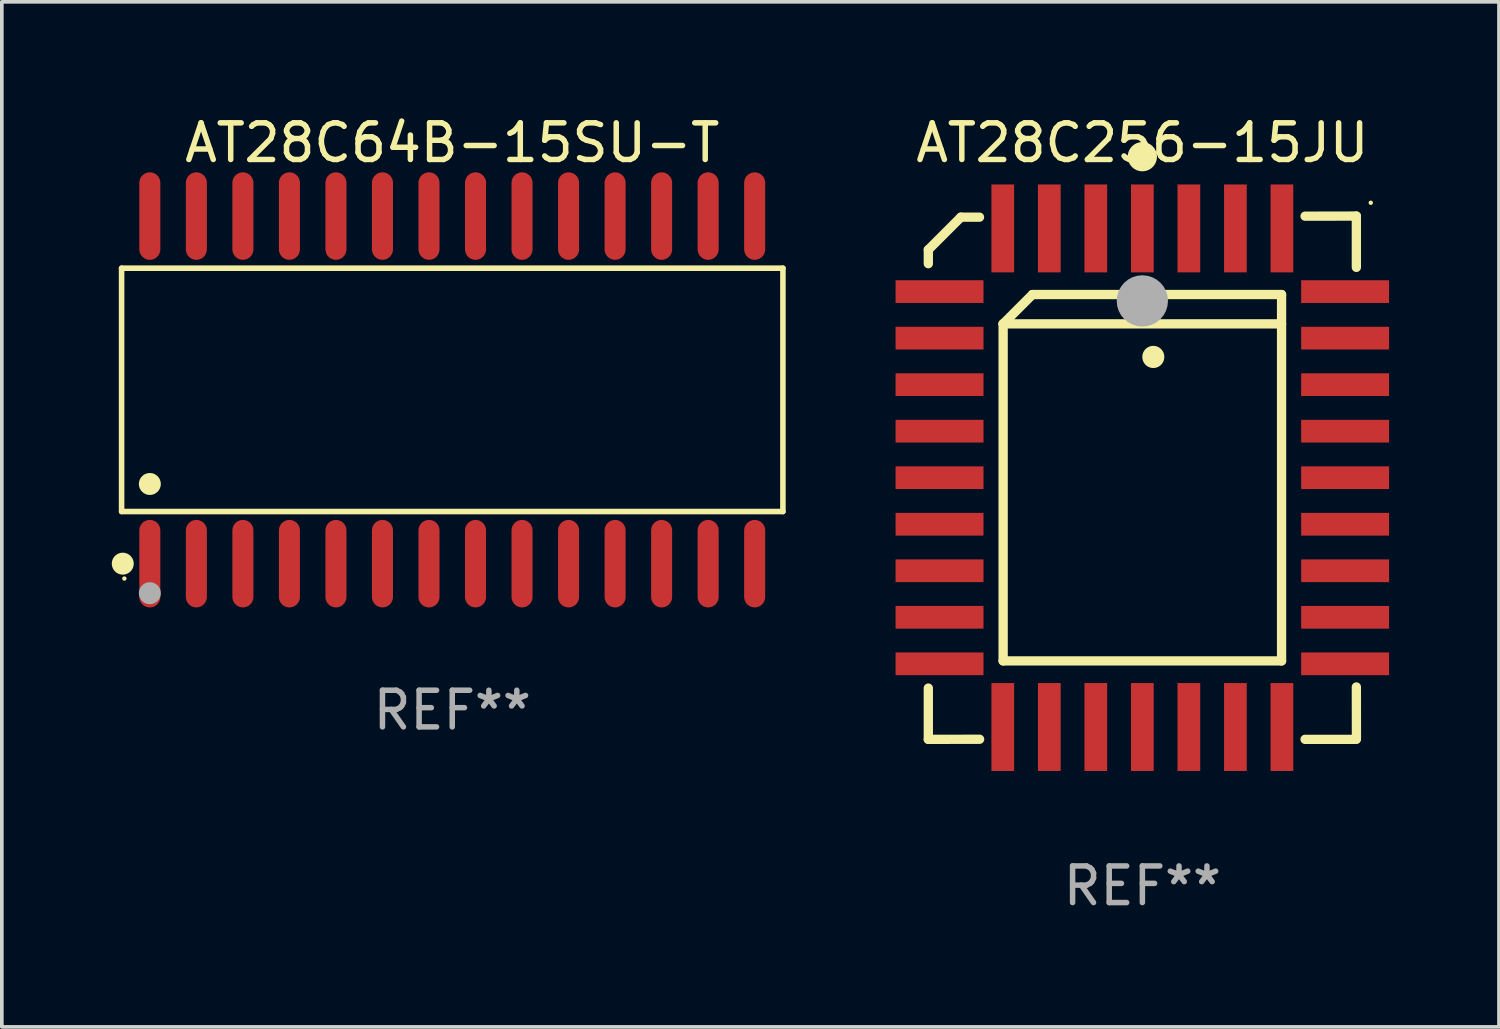
<source format=kicad_pcb>
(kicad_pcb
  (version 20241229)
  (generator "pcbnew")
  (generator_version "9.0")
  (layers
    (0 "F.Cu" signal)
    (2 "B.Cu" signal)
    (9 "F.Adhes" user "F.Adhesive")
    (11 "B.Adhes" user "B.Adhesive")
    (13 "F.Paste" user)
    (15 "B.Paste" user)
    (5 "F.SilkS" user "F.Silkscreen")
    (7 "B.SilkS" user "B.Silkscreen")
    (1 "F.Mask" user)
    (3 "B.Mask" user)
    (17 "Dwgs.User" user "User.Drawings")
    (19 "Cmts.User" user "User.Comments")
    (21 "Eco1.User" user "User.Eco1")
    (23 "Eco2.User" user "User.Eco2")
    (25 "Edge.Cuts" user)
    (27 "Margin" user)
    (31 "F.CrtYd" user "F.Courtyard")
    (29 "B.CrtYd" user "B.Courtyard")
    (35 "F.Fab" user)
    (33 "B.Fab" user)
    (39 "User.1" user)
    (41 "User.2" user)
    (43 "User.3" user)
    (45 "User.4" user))
  (footprint "AT28C64B-15SU-T"
    (layer "F.Cu")
    (at 9.295 7.592)
    (property "Reference" "AT28C64B-15SU-T" (at 0 -6.744 0) (layer "F.SilkS") (effects (font (size 1 1) (thickness 0.15))))
    (attr through_hole)
    (fp_line (start -9.026 -3.321) (end 9.026 -3.321) (stroke (width 0.152) (type solid)) (layer "F.SilkS"))
    (fp_line (start -9.026 3.321) (end -9.026 -3.321) (stroke (width 0.152) (type solid)) (layer "F.SilkS"))
    (fp_line (start 9.026 -3.321) (end 9.026 3.321) (stroke (width 0.152) (type solid)) (layer "F.SilkS"))
    (fp_line (start 9.026 3.321) (end -9.026 3.321) (stroke (width 0.152) (type solid)) (layer "F.SilkS"))
    (fp_circle (center -8.994 4.744) (end -8.844 4.744) (stroke (width 0.3) (type solid)) (fill no) (layer "F.SilkS"))
    (fp_circle (center -8.95 5.15) (end -8.92 5.15) (stroke (width 0.06) (type solid)) (fill no) (layer "F.SilkS"))
    (fp_circle (center -8.255 2.569) (end -8.105 2.569) (stroke (width 0.3) (type solid)) (fill no) (layer "F.SilkS"))
    (fp_circle (center -8.255 5.55) (end -8.105 5.55) (stroke (width 0.3) (type solid)) (fill no) (layer "F.Fab"))
    (fp_text user "REF**" (at 0 8.744 0) (layer "F.Fab") (effects (font (size 1 1) (thickness 0.15))))
    (pad "1" smd oval (at -8.255 4.744) (size 0.574 2.388) (layers "F.Cu" "F.Mask" "F.Paste"))
    (pad "2" smd oval (at -6.985 4.744) (size 0.574 2.388) (layers "F.Cu" "F.Mask" "F.Paste"))
    (pad "3" smd oval (at -5.715 4.744) (size 0.574 2.388) (layers "F.Cu" "F.Mask" "F.Paste"))
    (pad "4" smd oval (at -4.445 4.744) (size 0.574 2.388) (layers "F.Cu" "F.Mask" "F.Paste"))
    (pad "5" smd oval (at -3.175 4.744) (size 0.574 2.388) (layers "F.Cu" "F.Mask" "F.Paste"))
    (pad "6" smd oval (at -1.905 4.744) (size 0.574 2.388) (layers "F.Cu" "F.Mask" "F.Paste"))
    (pad "7" smd oval (at -0.635 4.744) (size 0.574 2.388) (layers "F.Cu" "F.Mask" "F.Paste"))
    (pad "8" smd oval (at 0.635 4.744) (size 0.574 2.388) (layers "F.Cu" "F.Mask" "F.Paste"))
    (pad "9" smd oval (at 1.905 4.744) (size 0.574 2.388) (layers "F.Cu" "F.Mask" "F.Paste"))
    (pad "10" smd oval (at 3.175 4.744) (size 0.574 2.388) (layers "F.Cu" "F.Mask" "F.Paste"))
    (pad "11" smd oval (at 4.445 4.744) (size 0.574 2.388) (layers "F.Cu" "F.Mask" "F.Paste"))
    (pad "12" smd oval (at 5.715 4.744) (size 0.574 2.388) (layers "F.Cu" "F.Mask" "F.Paste"))
    (pad "13" smd oval (at 6.985 4.744) (size 0.574 2.388) (layers "F.Cu" "F.Mask" "F.Paste"))
    (pad "14" smd oval (at 8.255 4.744) (size 0.574 2.388) (layers "F.Cu" "F.Mask" "F.Paste"))
    (pad "15" smd oval (at 8.255 -4.744) (size 0.574 2.388) (layers "F.Cu" "F.Mask" "F.Paste"))
    (pad "16" smd oval (at 6.985 -4.744) (size 0.574 2.388) (layers "F.Cu" "F.Mask" "F.Paste"))
    (pad "17" smd oval (at 5.715 -4.744) (size 0.574 2.388) (layers "F.Cu" "F.Mask" "F.Paste"))
    (pad "18" smd oval (at 4.445 -4.744) (size 0.574 2.388) (layers "F.Cu" "F.Mask" "F.Paste"))
    (pad "19" smd oval (at 3.175 -4.744) (size 0.574 2.388) (layers "F.Cu" "F.Mask" "F.Paste"))
    (pad "20" smd oval (at 1.905 -4.744) (size 0.574 2.388) (layers "F.Cu" "F.Mask" "F.Paste"))
    (pad "21" smd oval (at 0.635 -4.744) (size 0.574 2.388) (layers "F.Cu" "F.Mask" "F.Paste"))
    (pad "22" smd oval (at -0.635 -4.744) (size 0.574 2.388) (layers "F.Cu" "F.Mask" "F.Paste"))
    (pad "23" smd oval (at -1.905 -4.744) (size 0.574 2.388) (layers "F.Cu" "F.Mask" "F.Paste"))
    (pad "24" smd oval (at -3.175 -4.744) (size 0.574 2.388) (layers "F.Cu" "F.Mask" "F.Paste"))
    (pad "25" smd oval (at -4.445 -4.744) (size 0.574 2.388) (layers "F.Cu" "F.Mask" "F.Paste"))
    (pad "26" smd oval (at -5.715 -4.744) (size 0.574 2.388) (layers "F.Cu" "F.Mask" "F.Paste"))
    (pad "27" smd oval (at -6.985 -4.744) (size 0.574 2.388) (layers "F.Cu" "F.Mask" "F.Paste"))
    (pad "28" smd oval (at -8.255 -4.744) (size 0.574 2.388) (layers "F.Cu" "F.Mask" "F.Paste")))
  (footprint "AT28C256-15JU"
    (layer "F.Cu")
    (at 28.133 9.99)
    (property "Reference" "AT28C256-15JU" (at 0 -9.142 0) (layer "F.SilkS") (effects (font (size 1 1) (thickness 0.15))))
    (attr through_hole)
    (fp_line (start -5.843 5.742) (end -5.843 7.142) (stroke (width 0.254) (type solid)) (layer "F.SilkS"))
    (fp_line (start -5.843 7.142) (end -4.443 7.139) (stroke (width 0.254) (type solid)) (layer "F.SilkS"))
    (fp_line (start -5.843 -6.223) (end -4.954 -7.112) (stroke (width 0.254) (type solid)) (layer "F.SilkS"))
    (fp_line (start -5.843 -5.842) (end -5.843 -6.223) (stroke (width 0.254) (type solid)) (layer "F.SilkS"))
    (fp_line (start -4.954 -7.112) (end -4.446 -7.112) (stroke (width 0.254) (type solid)) (layer "F.SilkS"))
    (fp_line (start -3.801 -4.2) (end -3.001 -5) (stroke (width 0.254) (type solid)) (layer "F.SilkS"))
    (fp_line (start -3.801 -4.2) (end 3.799 -4.2) (stroke (width 0.254) (type solid)) (layer "F.SilkS"))
    (fp_line (start -3.801 5) (end -3.801 -4.2) (stroke (width 0.254) (type solid)) (layer "F.SilkS"))
    (fp_line (start -3.001 -5) (end 3.799 -5) (stroke (width 0.254) (type solid)) (layer "F.SilkS"))
    (fp_line (start 3.799 -5) (end 3.799 5) (stroke (width 0.254) (type solid)) (layer "F.SilkS"))
    (fp_line (start 3.799 5) (end -3.801 5) (stroke (width 0.254) (type solid)) (layer "F.SilkS"))
    (fp_line (start 4.441 7.142) (end 5.841 7.142) (stroke (width 0.254) (type solid)) (layer "F.SilkS"))
    (fp_line (start 5.841 -7.142) (end 4.441 -7.139) (stroke (width 0.254) (type solid)) (layer "F.SilkS"))
    (fp_line (start 5.841 -5.742) (end 5.841 -7.142) (stroke (width 0.254) (type solid)) (layer "F.SilkS"))
    (fp_line (start 5.843 7.112) (end 5.841 5.712) (stroke (width 0.254) (type solid)) (layer "F.SilkS"))
    (fp_arc (start 0.298285 -3.294387) (mid 0.298274 -3.296927) (end 0.298285 -3.299467) (stroke (width 0.6) (type solid)) (layer "F.SilkS"))
    (fp_circle (center -0.001 -8.763) (end 0.199 -8.763) (stroke (width 0.4) (type solid)) (fill no) (layer "F.SilkS"))
    (fp_circle (center 6.234 -7.505) (end 6.264 -7.505) (stroke (width 0.06) (type solid)) (fill no) (layer "F.SilkS"))
    (fp_circle (center -0.001 -4.826) (end 0.349 -4.826) (stroke (width 0.7) (type solid)) (fill no) (layer "F.Fab"))
    (fp_text user "REF**" (at 0 11.142 0) (layer "F.Fab") (effects (font (size 1 1) (thickness 0.15))))
    (pad "1" smd rect (at -0.001 -6.805 180) (size 0.62 2.4) (layers "F.Cu" "F.Mask" "F.Paste"))
    (pad "2" smd rect (at -1.271 -6.805 180) (size 0.62 2.4) (layers "F.Cu" "F.Mask" "F.Paste"))
    (pad "3" smd rect (at -2.541 -6.805 180) (size 0.62 2.4) (layers "F.Cu" "F.Mask" "F.Paste"))
    (pad "4" smd rect (at -3.811 -6.805 180) (size 0.62 2.4) (layers "F.Cu" "F.Mask" "F.Paste"))
    (pad "5" smd rect (at -5.537 -5.08 270) (size 0.62 2.4) (layers "F.Cu" "F.Mask" "F.Paste"))
    (pad "6" smd rect (at -5.537 -3.81 270) (size 0.62 2.4) (layers "F.Cu" "F.Mask" "F.Paste"))
    (pad "7" smd rect (at -5.537 -2.54 270) (size 0.62 2.4) (layers "F.Cu" "F.Mask" "F.Paste"))
    (pad "8" smd rect (at -5.537 -1.27 270) (size 0.62 2.4) (layers "F.Cu" "F.Mask" "F.Paste"))
    (pad "9" smd rect (at -5.537 0.000127 270) (size 0.62 2.4) (layers "F.Cu" "F.Mask" "F.Paste"))
    (pad "10" smd rect (at -5.537 1.27 270) (size 0.62 2.4) (layers "F.Cu" "F.Mask" "F.Paste"))
    (pad "11" smd rect (at -5.537 2.54 270) (size 0.62 2.4) (layers "F.Cu" "F.Mask" "F.Paste"))
    (pad "12" smd rect (at -5.537 3.81 270) (size 0.62 2.4) (layers "F.Cu" "F.Mask" "F.Paste"))
    (pad "13" smd rect (at -5.537 5.08 270) (size 0.62 2.4) (layers "F.Cu" "F.Mask" "F.Paste"))
    (pad "14" smd rect (at -3.811 6.805) (size 0.62 2.4) (layers "F.Cu" "F.Mask" "F.Paste"))
    (pad "15" smd rect (at -2.541 6.805) (size 0.62 2.4) (layers "F.Cu" "F.Mask" "F.Paste"))
    (pad "16" smd rect (at -1.271 6.805) (size 0.62 2.4) (layers "F.Cu" "F.Mask" "F.Paste"))
    (pad "17" smd rect (at -0.001 6.805) (size 0.62 2.4) (layers "F.Cu" "F.Mask" "F.Paste"))
    (pad "18" smd rect (at 1.269 6.805) (size 0.62 2.4) (layers "F.Cu" "F.Mask" "F.Paste"))
    (pad "19" smd rect (at 2.539 6.805) (size 0.62 2.4) (layers "F.Cu" "F.Mask" "F.Paste"))
    (pad "20" smd rect (at 3.809 6.805) (size 0.62 2.4) (layers "F.Cu" "F.Mask" "F.Paste"))
    (pad "21" smd rect (at 5.534 5.08 90) (size 0.62 2.4) (layers "F.Cu" "F.Mask" "F.Paste"))
    (pad "22" smd rect (at 5.534 3.81 90) (size 0.62 2.4) (layers "F.Cu" "F.Mask" "F.Paste"))
    (pad "23" smd rect (at 5.534 2.54 90) (size 0.62 2.4) (layers "F.Cu" "F.Mask" "F.Paste"))
    (pad "24" smd rect (at 5.534 1.27 90) (size 0.62 2.4) (layers "F.Cu" "F.Mask" "F.Paste"))
    (pad "25" smd rect (at 5.534 0.000127 90) (size 0.62 2.4) (layers "F.Cu" "F.Mask" "F.Paste"))
    (pad "26" smd rect (at 5.534 -1.27 90) (size 0.62 2.4) (layers "F.Cu" "F.Mask" "F.Paste"))
    (pad "27" smd rect (at 5.534 -2.54 90) (size 0.62 2.4) (layers "F.Cu" "F.Mask" "F.Paste"))
    (pad "28" smd rect (at 5.534 -3.81 90) (size 0.62 2.4) (layers "F.Cu" "F.Mask" "F.Paste"))
    (pad "29" smd rect (at 5.534 -5.08 90) (size 0.62 2.4) (layers "F.Cu" "F.Mask" "F.Paste"))
    (pad "30" smd rect (at 3.809 -6.805) (size 0.62 2.4) (layers "F.Cu" "F.Mask" "F.Paste"))
    (pad "31" smd rect (at 2.539 -6.805) (size 0.62 2.4) (layers "F.Cu" "F.Mask" "F.Paste"))
    (pad "32" smd rect (at 1.269 -6.805) (size 0.62 2.4) (layers "F.Cu" "F.Mask" "F.Paste")))
  (gr_rect
    (start -3 -3)
    (end 37.867 24.981)
    (stroke (width 0.1) (type default))
    (fill no)
    (layer "Edge.Cuts")))
</source>
